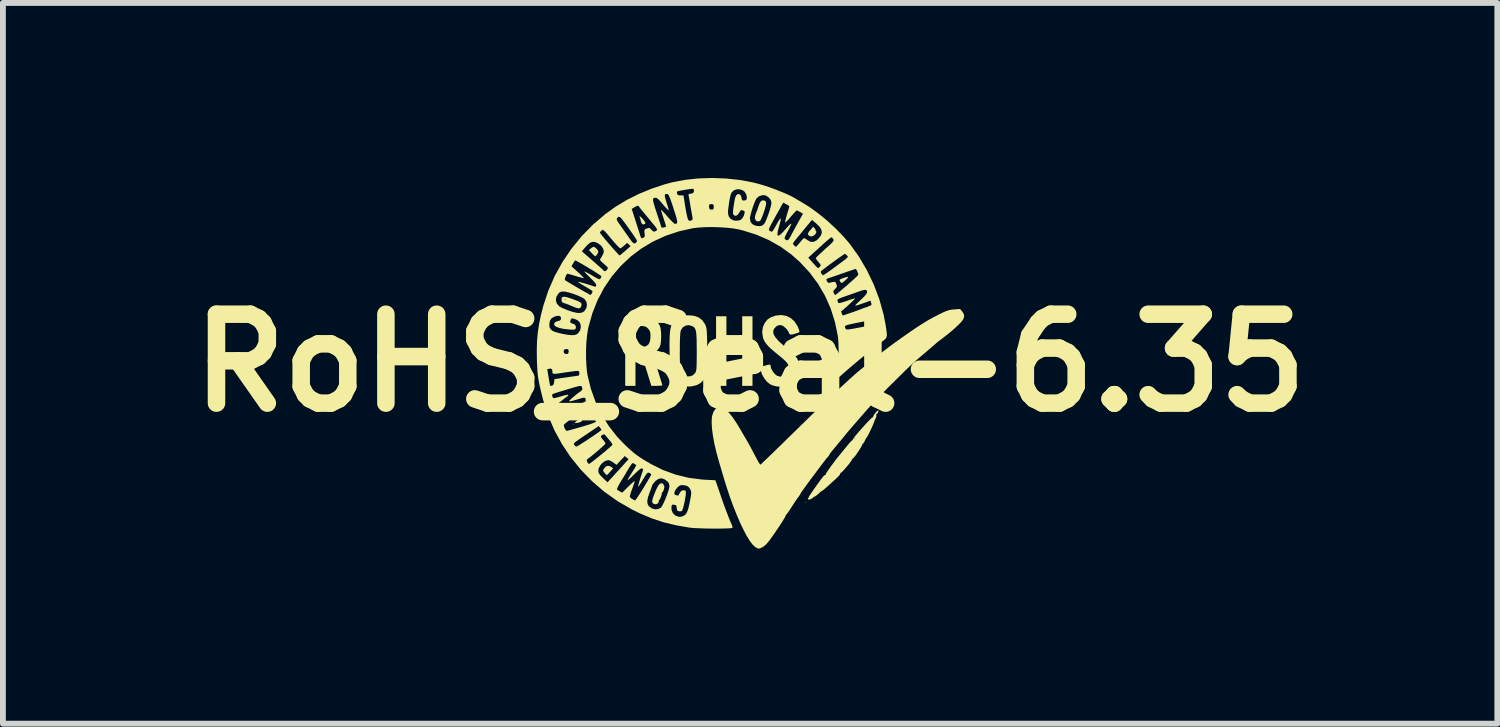
<source format=kicad_pcb>
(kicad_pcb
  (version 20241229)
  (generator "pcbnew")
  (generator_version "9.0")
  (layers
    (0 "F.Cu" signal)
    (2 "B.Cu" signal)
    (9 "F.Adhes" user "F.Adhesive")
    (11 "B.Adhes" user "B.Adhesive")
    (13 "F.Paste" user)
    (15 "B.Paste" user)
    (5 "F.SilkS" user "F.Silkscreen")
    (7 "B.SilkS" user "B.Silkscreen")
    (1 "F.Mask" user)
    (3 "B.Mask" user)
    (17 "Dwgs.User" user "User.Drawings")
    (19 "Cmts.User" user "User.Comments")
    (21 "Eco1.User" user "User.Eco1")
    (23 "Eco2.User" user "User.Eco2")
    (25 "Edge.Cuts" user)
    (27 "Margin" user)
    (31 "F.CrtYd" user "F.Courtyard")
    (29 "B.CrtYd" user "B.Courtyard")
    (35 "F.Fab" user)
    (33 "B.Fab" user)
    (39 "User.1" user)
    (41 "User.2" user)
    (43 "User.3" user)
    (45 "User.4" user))
  (footprint "RoHS_Seal-6.35"
    (layer "F.Cu")
    (at 9.804 3.169)
    (property "Reference" "RoHS_Seal-6.35" (at 0 0 0) (layer "F.SilkS") (effects (font (size 1.524 1.524) (thickness 0.3))))
    (attr board_only exclude_from_pos_files exclude_from_bom)
    (fp_poly (pts (xy -3.021 1.049) (xy -3.028 1.056) (xy -3.034 1.049) (xy -3.028 1.043)) (stroke (width 0) (type solid)) (fill yes) (layer "F.SilkS"))
    (fp_poly (pts (xy 0.962 2.39) (xy 0.955 2.396) (xy 0.948 2.39) (xy 0.955 2.383)) (stroke (width 0) (type solid)) (fill yes) (layer "F.SilkS"))
    (fp_poly (pts (xy -2.883 0.957) (xy -2.872 0.977) (xy -2.872 0.98) (xy -2.884 0.999) (xy -2.914 1.016) (xy -2.953 1.027) (xy -2.977 1.029) (xy -3.001 1.028) (xy -3.002 1.02) (xy -2.985 1.004) (xy -2.944 0.971) (xy -2.908 0.955)) (stroke (width 0) (type solid)) (fill yes) (layer "F.SilkS"))
    (fp_poly (pts (xy -1.885 -2.51) (xy -1.87 -2.498) (xy -1.84 -2.467) (xy -1.812 -2.432) (xy -1.795 -2.405) (xy -1.795 -2.389) (xy -1.803 -2.382) (xy -1.832 -2.371) (xy -1.852 -2.382) (xy -1.868 -2.417) (xy -1.87 -2.424) (xy -1.881 -2.465) (xy -1.891 -2.497) (xy -1.893 -2.502) (xy -1.895 -2.515)) (stroke (width 0) (type solid)) (fill yes) (layer "F.SilkS"))
    (fp_poly (pts (xy 1.679 -1.466) (xy 1.661 -1.443) (xy 1.639 -1.422) (xy 1.605 -1.393) (xy 1.579 -1.374) (xy 1.569 -1.368) (xy 1.555 -1.378) (xy 1.544 -1.396) (xy 1.534 -1.414) (xy 1.534 -1.425) (xy 1.549 -1.435) (xy 1.582 -1.448) (xy 1.595 -1.453) (xy 1.647 -1.471) (xy 1.674 -1.475)) (stroke (width 0) (type solid)) (fill yes) (layer "F.SilkS"))
    (fp_poly (pts (xy -2.378 1.784) (xy -2.347 1.808) (xy -2.398 1.865) (xy -2.427 1.897) (xy -2.448 1.917) (xy -2.456 1.923) (xy -2.469 1.913) (xy -2.489 1.89) (xy -2.492 1.887) (xy -2.511 1.86) (xy -2.52 1.842) (xy -2.52 1.841) (xy -2.512 1.825) (xy -2.494 1.798) (xy -2.492 1.796) (xy -2.456 1.766) (xy -2.417 1.764)) (stroke (width 0) (type solid)) (fill yes) (layer "F.SilkS"))
    (fp_poly (pts (xy 1.11 -2.301) (xy 1.133 -2.262) (xy 1.133 -2.228) (xy 1.11 -2.196) (xy 1.075 -2.172) (xy 1.036 -2.168) (xy 1.005 -2.183) (xy 0.992 -2.203) (xy 0.994 -2.225) (xy 1.013 -2.255) (xy 1.024 -2.268) (xy 1.111 -2.268) (xy 1.118 -2.261) (xy 1.124 -2.268) (xy 1.118 -2.275) (xy 1.111 -2.268) (xy 1.024 -2.268) (xy 1.036 -2.281) (xy 1.082 -2.334)) (stroke (width 0) (type solid)) (fill yes) (layer "F.SilkS"))
    (fp_poly (pts (xy -2.659 -1.98) (xy -2.631 -1.956) (xy -2.609 -1.928) (xy -2.601 -1.908) (xy -2.608 -1.883) (xy -2.625 -1.854) (xy -2.644 -1.833) (xy -2.655 -1.828) (xy -2.667 -1.837) (xy -2.692 -1.86) (xy -2.712 -1.881) (xy -2.732 -1.902) (xy -2.655 -1.902) (xy -2.648 -1.896) (xy -2.642 -1.902) (xy -2.648 -1.909) (xy -2.655 -1.902) (xy -2.732 -1.902) (xy -2.763 -1.935) (xy -2.727 -1.963) (xy -2.7 -1.982) (xy -2.683 -1.99) (xy -2.682 -1.99)) (stroke (width 0) (type solid)) (fill yes) (layer "F.SilkS"))
    (fp_poly (pts (xy -0.406 -0.557) (xy -0.406 -0.469) (xy -0.405 -0.404) (xy -0.403 -0.359) (xy -0.399 -0.331) (xy -0.394 -0.314) (xy -0.387 -0.307) (xy -0.385 -0.306) (xy -0.362 -0.302) (xy -0.32 -0.299) (xy -0.267 -0.298) (xy -0.25 -0.298) (xy -0.135 -0.298) (xy -0.135 -0.799) (xy 0.041 -0.799) (xy 0.041 0.393) (xy -0.135 0.393) (xy -0.135 -0.135) (xy -0.406 -0.135) (xy -0.406 0.393) (xy -0.583 0.393) (xy -0.583 -0.799) (xy -0.406 -0.799)) (stroke (width 0) (type solid)) (fill yes) (layer "F.SilkS"))
    (fp_poly (pts (xy 0.253 -2.78) (xy 0.27 -2.764) (xy 0.275 -2.736) (xy 0.269 -2.692) (xy 0.251 -2.629) (xy 0.237 -2.586) (xy 0.215 -2.525) (xy 0.194 -2.475) (xy 0.177 -2.442) (xy 0.167 -2.431) (xy 0.127 -2.424) (xy 0.098 -2.44) (xy 0.098 -2.44) (xy 0.083 -2.472) (xy 0.086 -2.519) (xy 0.1 -2.564) (xy 0.117 -2.606) (xy 0.134 -2.654) (xy 0.136 -2.661) (xy 0.158 -2.723) (xy 0.178 -2.762) (xy 0.2 -2.782) (xy 0.225 -2.786)) (stroke (width 0) (type solid)) (fill yes) (layer "F.SilkS"))
    (fp_poly (pts (xy -3.143 -1.127) (xy -3.08 -1.107) (xy -3.048 -1.096) (xy -2.979 -1.071) (xy -2.933 -1.051) (xy -2.905 -1.035) (xy -2.891 -1.018) (xy -2.888 -0.998) (xy -2.892 -0.977) (xy -2.907 -0.945) (xy -2.936 -0.934) (xy -2.98 -0.944) (xy -3.006 -0.954) (xy -3.042 -0.969) (xy -3.048 -0.971) (xy -3.099 -0.993) (xy -3.134 -1.007) (xy -3.159 -1.016) (xy -3.185 -1.024) (xy -3.19 -1.026) (xy -3.218 -1.039) (xy -3.229 -1.06) (xy -3.231 -1.084) (xy -3.23 -1.092) (xy -3.179 -1.092) (xy -3.177 -1.084) (xy -3.17 -1.083) (xy -3.159 -1.088) (xy -3.161 -1.092) (xy -3.177 -1.094) (xy -3.179 -1.092) (xy -3.23 -1.092) (xy -3.227 -1.113) (xy -3.213 -1.13) (xy -3.186 -1.134)) (stroke (width 0) (type solid)) (fill yes) (layer "F.SilkS"))
    (fp_poly (pts (xy -1.505 2.064) (xy -1.485 2.076) (xy -1.483 2.085) (xy -1.48 2.099) (xy -1.475 2.101) (xy -1.469 2.116) (xy -1.472 2.145) (xy -1.481 2.178) (xy -1.494 2.207) (xy -1.507 2.22) (xy -1.508 2.22) (xy -1.515 2.226) (xy -1.513 2.229) (xy -1.513 2.245) (xy -1.521 2.276) (xy -1.535 2.312) (xy -1.551 2.343) (xy -1.564 2.359) (xy -1.571 2.368) (xy -1.568 2.369) (xy -1.565 2.379) (xy -1.571 2.396) (xy -1.596 2.418) (xy -1.631 2.423) (xy -1.662 2.409) (xy -1.664 2.407) (xy -1.675 2.391) (xy -1.678 2.369) (xy -1.672 2.336) (xy -1.656 2.288) (xy -1.632 2.225) (xy -1.6 2.151) (xy -1.573 2.102) (xy -1.549 2.073) (xy -1.525 2.062)) (stroke (width 0) (type solid)) (fill yes) (layer "F.SilkS"))
    (fp_poly (pts (xy -1.849 -0.798) (xy -1.777 -0.793) (xy -1.722 -0.785) (xy -1.679 -0.771) (xy -1.643 -0.75) (xy -1.609 -0.721) (xy -1.608 -0.72) (xy -1.571 -0.679) (xy -1.546 -0.635) (xy -1.532 -0.581) (xy -1.525 -0.511) (xy -1.524 -0.454) (xy -1.527 -0.374) (xy -1.535 -0.314) (xy -1.552 -0.269) (xy -1.579 -0.23) (xy -1.62 -0.192) (xy -1.621 -0.191) (xy -1.671 -0.15) (xy -1.587 0.112) (xy -1.562 0.191) (xy -1.54 0.262) (xy -1.522 0.32) (xy -1.509 0.361) (xy -1.504 0.382) (xy -1.504 0.383) (xy -1.516 0.388) (xy -1.549 0.391) (xy -1.595 0.393) (xy -1.598 0.393) (xy -1.692 0.393) (xy -1.748 0.213) (xy -1.779 0.113) (xy -1.804 0.036) (xy -1.824 -0.021) (xy -1.839 -0.06) (xy -1.851 -0.085) (xy -1.861 -0.097) (xy -1.862 -0.098) (xy -1.885 -0.105) (xy -1.92 -0.108) (xy -1.92 -0.108) (xy -1.964 -0.108) (xy -1.964 0.393) (xy -2.14 0.393) (xy -2.14 -0.64) (xy -1.964 -0.64) (xy -1.964 -0.271) (xy -1.889 -0.271) (xy -1.839 -0.274) (xy -1.795 -0.283) (xy -1.777 -0.29) (xy -1.74 -0.319) (xy -1.718 -0.364) (xy -1.708 -0.428) (xy -1.707 -0.461) (xy -1.709 -0.51) (xy -1.717 -0.543) (xy -1.735 -0.572) (xy -1.746 -0.585) (xy -1.77 -0.609) (xy -1.795 -0.623) (xy -1.829 -0.63) (xy -1.874 -0.634) (xy -1.964 -0.64) (xy -2.14 -0.64) (xy -2.14 -0.799) (xy -1.944 -0.799)) (stroke (width 0) (type solid)) (fill yes) (layer "F.SilkS"))
    (fp_poly (pts (xy 0.62 -0.806) (xy 0.698 -0.768) (xy 0.764 -0.707) (xy 0.815 -0.626) (xy 0.832 -0.585) (xy 0.844 -0.549) (xy 0.845 -0.531) (xy 0.836 -0.522) (xy 0.829 -0.519) (xy 0.798 -0.509) (xy 0.772 -0.5) (xy 0.719 -0.486) (xy 0.685 -0.486) (xy 0.669 -0.502) (xy 0.666 -0.512) (xy 0.655 -0.539) (xy 0.63 -0.574) (xy 0.611 -0.596) (xy 0.561 -0.637) (xy 0.512 -0.65) (xy 0.466 -0.637) (xy 0.441 -0.619) (xy 0.407 -0.579) (xy 0.395 -0.535) (xy 0.405 -0.486) (xy 0.439 -0.431) (xy 0.495 -0.368) (xy 0.576 -0.297) (xy 0.598 -0.279) (xy 0.674 -0.217) (xy 0.731 -0.166) (xy 0.772 -0.122) (xy 0.802 -0.081) (xy 0.823 -0.039) (xy 0.833 -0.014) (xy 0.848 0.052) (xy 0.853 0.124) (xy 0.846 0.192) (xy 0.832 0.238) (xy 0.797 0.29) (xy 0.746 0.339) (xy 0.69 0.377) (xy 0.655 0.392) (xy 0.615 0.399) (xy 0.564 0.403) (xy 0.51 0.405) (xy 0.464 0.404) (xy 0.44 0.4) (xy 0.418 0.393) (xy 0.389 0.387) (xy 0.338 0.363) (xy 0.286 0.319) (xy 0.24 0.261) (xy 0.204 0.195) (xy 0.182 0.126) (xy 0.181 0.12) (xy 0.173 0.07) (xy 0.248 0.049) (xy 0.3 0.034) (xy 0.331 0.029) (xy 0.346 0.032) (xy 0.352 0.045) (xy 0.352 0.056) (xy 0.362 0.098) (xy 0.388 0.146) (xy 0.423 0.189) (xy 0.461 0.219) (xy 0.465 0.222) (xy 0.523 0.237) (xy 0.575 0.23) (xy 0.618 0.204) (xy 0.65 0.164) (xy 0.665 0.115) (xy 0.663 0.061) (xy 0.638 0.005) (xy 0.633 -0.002) (xy 0.611 -0.026) (xy 0.574 -0.061) (xy 0.526 -0.102) (xy 0.482 -0.138) (xy 0.398 -0.207) (xy 0.334 -0.264) (xy 0.287 -0.314) (xy 0.254 -0.359) (xy 0.232 -0.402) (xy 0.221 -0.432) (xy 0.207 -0.525) (xy 0.219 -0.613) (xy 0.251 -0.685) (xy 0.296 -0.742) (xy 0.357 -0.783) (xy 0.438 -0.811) (xy 0.533 -0.821)) (stroke (width 0) (type solid)) (fill yes) (layer "F.SilkS"))
    (fp_poly (pts (xy -0.962 -0.808) (xy -0.884 -0.781) (xy -0.822 -0.734) (xy -0.774 -0.666) (xy -0.763 -0.643) (xy -0.755 -0.622) (xy -0.749 -0.596) (xy -0.744 -0.562) (xy -0.741 -0.515) (xy -0.738 -0.453) (xy -0.736 -0.37) (xy -0.734 -0.265) (xy -0.734 -0.256) (xy -0.733 -0.127) (xy -0.734 -0.022) (xy -0.737 0.063) (xy -0.742 0.13) (xy -0.751 0.184) (xy -0.763 0.227) (xy -0.779 0.263) (xy -0.793 0.288) (xy -0.845 0.343) (xy -0.916 0.381) (xy -1.001 0.402) (xy -1.057 0.405) (xy -1.11 0.402) (xy -1.16 0.395) (xy -1.187 0.388) (xy -1.263 0.346) (xy -1.322 0.283) (xy -1.344 0.245) (xy -1.354 0.225) (xy -1.361 0.204) (xy -1.367 0.179) (xy -1.371 0.146) (xy -1.374 0.101) (xy -1.376 0.042) (xy -1.378 -0.037) (xy -1.379 -0.138) (xy -1.379 -0.146) (xy -1.205 -0.146) (xy -1.204 -0.064) (xy -1.202 0.009) (xy -1.199 0.067) (xy -1.195 0.105) (xy -1.195 0.108) (xy -1.172 0.171) (xy -1.135 0.212) (xy -1.095 0.229) (xy -1.032 0.231) (xy -0.979 0.211) (xy -0.94 0.171) (xy -0.932 0.155) (xy -0.926 0.137) (xy -0.921 0.111) (xy -0.918 0.075) (xy -0.916 0.025) (xy -0.915 -0.042) (xy -0.914 -0.131) (xy -0.914 -0.196) (xy -0.915 -0.311) (xy -0.916 -0.403) (xy -0.92 -0.473) (xy -0.925 -0.526) (xy -0.934 -0.565) (xy -0.946 -0.592) (xy -0.961 -0.611) (xy -0.982 -0.626) (xy -0.99 -0.63) (xy -1.048 -0.647) (xy -1.104 -0.64) (xy -1.151 -0.612) (xy -1.184 -0.565) (xy -1.191 -0.546) (xy -1.195 -0.516) (xy -1.199 -0.465) (xy -1.202 -0.397) (xy -1.204 -0.318) (xy -1.204 -0.232) (xy -1.205 -0.146) (xy -1.379 -0.146) (xy -1.379 -0.159) (xy -1.381 -0.285) (xy -1.38 -0.388) (xy -1.377 -0.471) (xy -1.372 -0.536) (xy -1.364 -0.588) (xy -1.353 -0.63) (xy -1.337 -0.664) (xy -1.318 -0.696) (xy -1.31 -0.707) (xy -1.26 -0.759) (xy -1.205 -0.793) (xy -1.137 -0.811) (xy -1.059 -0.816)) (stroke (width 0) (type solid)) (fill yes) (layer "F.SilkS"))
    (fp_poly (pts (xy 2.2 0.823) (xy 2.195 0.843) (xy 2.182 0.865) (xy 2.17 0.87) (xy 2.162 0.879) (xy 2.164 0.894) (xy 2.163 0.924) (xy 2.157 0.938) (xy 2.145 0.961) (xy 2.13 0.997) (xy 2.127 1.009) (xy 2.114 1.042) (xy 2.094 1.089) (xy 2.07 1.141) (xy 2.044 1.194) (xy 2.021 1.24) (xy 2.002 1.273) (xy 1.992 1.286) (xy 1.981 1.302) (xy 1.967 1.333) (xy 1.965 1.337) (xy 1.95 1.366) (xy 1.937 1.381) (xy 1.936 1.381) (xy 1.924 1.392) (xy 1.924 1.398) (xy 1.916 1.417) (xy 1.897 1.451) (xy 1.871 1.493) (xy 1.84 1.539) (xy 1.81 1.582) (xy 1.784 1.616) (xy 1.765 1.636) (xy 1.761 1.638) (xy 1.748 1.649) (xy 1.747 1.655) (xy 1.739 1.672) (xy 1.717 1.703) (xy 1.686 1.743) (xy 1.651 1.785) (xy 1.615 1.826) (xy 1.584 1.859) (xy 1.563 1.879) (xy 1.556 1.882) (xy 1.545 1.893) (xy 1.544 1.9) (xy 1.535 1.919) (xy 1.51 1.948) (xy 1.479 1.978) (xy 1.4 2.05) (xy 1.339 2.105) (xy 1.294 2.145) (xy 1.262 2.172) (xy 1.243 2.187) (xy 1.233 2.193) (xy 1.232 2.193) (xy 1.218 2.202) (xy 1.191 2.224) (xy 1.173 2.241) (xy 1.142 2.268) (xy 1.118 2.285) (xy 1.11 2.288) (xy 1.092 2.297) (xy 1.07 2.315) (xy 1.043 2.334) (xy 1.015 2.342) (xy 0.994 2.339) (xy 0.989 2.328) (xy 0.996 2.312) (xy 0.999 2.308) (xy 1.002 2.308) (xy 1.009 2.315) (xy 1.016 2.308) (xy 1.009 2.302) (xy 1.002 2.308) (xy 0.999 2.308) (xy 1.016 2.279) (xy 1.046 2.234) (xy 1.083 2.18) (xy 1.085 2.177) (xy 1.143 2.095) (xy 1.188 2.032) (xy 1.222 1.986) (xy 1.246 1.955) (xy 1.263 1.936) (xy 1.275 1.926) (xy 1.284 1.923) (xy 1.296 1.916) (xy 1.295 1.911) (xy 1.3 1.897) (xy 1.319 1.867) (xy 1.349 1.824) (xy 1.385 1.772) (xy 1.426 1.717) (xy 1.467 1.662) (xy 1.506 1.612) (xy 1.54 1.572) (xy 1.541 1.57) (xy 1.556 1.552) (xy 1.584 1.517) (xy 1.62 1.473) (xy 1.648 1.439) (xy 1.686 1.393) (xy 1.718 1.356) (xy 1.741 1.333) (xy 1.749 1.327) (xy 1.761 1.316) (xy 1.761 1.312) (xy 1.77 1.296) (xy 1.772 1.293) (xy 1.788 1.293) (xy 1.795 1.3) (xy 1.802 1.293) (xy 1.795 1.286) (xy 1.788 1.293) (xy 1.772 1.293) (xy 1.793 1.265) (xy 1.827 1.222) (xy 1.87 1.172) (xy 1.917 1.119) (xy 1.965 1.065) (xy 2.011 1.016) (xy 2.051 0.974) (xy 2.082 0.945) (xy 2.1 0.93) (xy 2.103 0.93) (xy 2.111 0.93) (xy 2.109 0.925) (xy 2.113 0.908) (xy 2.129 0.881) (xy 2.152 0.85) (xy 2.176 0.825) (xy 2.194 0.813) (xy 2.195 0.812)) (stroke (width 0) (type solid)) (fill yes) (layer "F.SilkS"))
    (fp_poly (pts (xy 3.635 -0.881) (xy 3.663 -0.837) (xy 3.669 -0.795) (xy 3.652 -0.748) (xy 3.652 -0.747) (xy 3.627 -0.712) (xy 3.583 -0.665) (xy 3.524 -0.609) (xy 3.454 -0.547) (xy 3.376 -0.483) (xy 3.294 -0.419) (xy 3.285 -0.413) (xy 3.239 -0.378) (xy 3.195 -0.343) (xy 3.146 -0.3) (xy 3.117 -0.275) (xy 3.085 -0.247) (xy 3.039 -0.208) (xy 2.989 -0.165) (xy 2.967 -0.147) (xy 2.913 -0.101) (xy 2.865 -0.06) (xy 2.819 -0.019) (xy 2.773 0.023) (xy 2.723 0.07) (xy 2.666 0.125) (xy 2.599 0.191) (xy 2.519 0.27) (xy 2.432 0.356) (xy 2.349 0.438) (xy 2.266 0.523) (xy 2.185 0.607) (xy 2.112 0.684) (xy 2.05 0.751) (xy 2.002 0.804) (xy 1.998 0.808) (xy 1.948 0.866) (xy 1.902 0.919) (xy 1.864 0.962) (xy 1.838 0.992) (xy 1.832 0.999) (xy 1.807 1.028) (xy 1.772 1.068) (xy 1.744 1.101) (xy 1.712 1.138) (xy 1.686 1.169) (xy 1.673 1.184) (xy 1.658 1.201) (xy 1.632 1.233) (xy 1.606 1.266) (xy 1.575 1.304) (xy 1.55 1.334) (xy 1.538 1.349) (xy 1.522 1.367) (xy 1.496 1.399) (xy 1.477 1.422) (xy 1.441 1.465) (xy 1.406 1.507) (xy 1.392 1.524) (xy 1.369 1.554) (xy 1.356 1.577) (xy 1.355 1.581) (xy 1.345 1.599) (xy 1.343 1.6) (xy 1.33 1.613) (xy 1.302 1.646) (xy 1.26 1.7) (xy 1.205 1.773) (xy 1.137 1.863) (xy 1.074 1.948) (xy 1.049 1.981) (xy 1.02 2.02) (xy 1.016 2.026) (xy 0.985 2.068) (xy 0.953 2.113) (xy 0.948 2.119) (xy 0.924 2.153) (xy 0.904 2.18) (xy 0.899 2.185) (xy 0.883 2.208) (xy 0.863 2.242) (xy 0.862 2.244) (xy 0.842 2.278) (xy 0.824 2.303) (xy 0.823 2.304) (xy 0.809 2.322) (xy 0.784 2.358) (xy 0.752 2.406) (xy 0.719 2.457) (xy 0.685 2.511) (xy 0.655 2.555) (xy 0.632 2.585) (xy 0.621 2.597) (xy 0.61 2.613) (xy 0.609 2.618) (xy 0.602 2.636) (xy 0.581 2.673) (xy 0.55 2.723) (xy 0.511 2.783) (xy 0.467 2.849) (xy 0.421 2.917) (xy 0.375 2.982) (xy 0.332 3.041) (xy 0.308 3.072) (xy 0.264 3.12) (xy 0.215 3.157) (xy 0.168 3.178) (xy 0.147 3.182) (xy 0.124 3.175) (xy 0.092 3.158) (xy 0.09 3.156) (xy 0.046 3.117) (xy -0.003 3.053) (xy -0.056 2.967) (xy -0.112 2.863) (xy -0.17 2.741) (xy -0.229 2.604) (xy -0.289 2.455) (xy -0.347 2.296) (xy -0.402 2.129) (xy -0.441 2.004) (xy -0.465 1.923) (xy -0.49 1.839) (xy -0.513 1.762) (xy -0.531 1.7) (xy -0.534 1.69) (xy -0.578 1.531) (xy -0.613 1.38) (xy -0.638 1.24) (xy -0.654 1.115) (xy -0.659 1.007) (xy -0.653 0.92) (xy -0.651 0.911) (xy -0.629 0.841) (xy -0.595 0.792) (xy -0.549 0.765) (xy -0.496 0.762) (xy -0.448 0.778) (xy -0.405 0.809) (xy -0.355 0.862) (xy -0.299 0.932) (xy -0.241 1.017) (xy -0.183 1.112) (xy -0.162 1.148) (xy -0.145 1.178) (xy -0.119 1.222) (xy -0.093 1.266) (xy -0.067 1.309) (xy -0.039 1.359) (xy -0.005 1.42) (xy 0.036 1.496) (xy 0.085 1.59) (xy 0.12 1.655) (xy 0.144 1.699) (xy 0.164 1.73) (xy 0.177 1.743) (xy 0.178 1.743) (xy 0.189 1.734) (xy 0.218 1.706) (xy 0.262 1.664) (xy 0.321 1.608) (xy 0.39 1.541) (xy 0.47 1.463) (xy 0.558 1.378) (xy 0.651 1.286) (xy 0.666 1.272) (xy 0.814 1.127) (xy 0.944 1) (xy 1.059 0.888) (xy 1.16 0.79) (xy 1.249 0.704) (xy 1.328 0.629) (xy 1.399 0.562) (xy 1.463 0.501) (xy 1.523 0.446) (xy 1.545 0.426) (xy 1.629 0.348) (xy 1.696 0.287) (xy 1.749 0.239) (xy 1.791 0.201) (xy 1.825 0.171) (xy 1.854 0.146) (xy 1.881 0.124) (xy 1.91 0.101) (xy 1.91 0.101) (xy 1.964 0.057) (xy 2.026 0.007) (xy 2.082 -0.04) (xy 2.085 -0.042) (xy 2.141 -0.088) (xy 2.206 -0.14) (xy 2.285 -0.201) (xy 2.38 -0.273) (xy 2.431 -0.311) (xy 2.475 -0.344) (xy 2.535 -0.386) (xy 2.603 -0.435) (xy 2.674 -0.485) (xy 2.743 -0.533) (xy 2.804 -0.574) (xy 2.849 -0.605) (xy 2.858 -0.611) (xy 2.941 -0.664) (xy 3.008 -0.706) (xy 3.067 -0.741) (xy 3.123 -0.772) (xy 3.184 -0.804) (xy 3.236 -0.831) (xy 3.305 -0.864) (xy 3.357 -0.887) (xy 3.4 -0.902) (xy 3.441 -0.911) (xy 3.488 -0.916) (xy 3.494 -0.916) (xy 3.598 -0.924)) (stroke (width 0) (type solid)) (fill yes) (layer "F.SilkS"))
    (fp_poly (pts (xy -0.413 -3.16) (xy -0.177 -3.135) (xy 0.048 -3.093) (xy 0.135 -3.071) (xy 0.226 -3.045) (xy 0.325 -3.012) (xy 0.427 -2.975) (xy 0.526 -2.936) (xy 0.618 -2.898) (xy 0.696 -2.862) (xy 0.756 -2.83) (xy 0.768 -2.822) (xy 0.798 -2.804) (xy 0.839 -2.78) (xy 0.863 -2.767) (xy 1.013 -2.675) (xy 1.168 -2.563) (xy 1.323 -2.436) (xy 1.471 -2.299) (xy 1.608 -2.157) (xy 1.71 -2.038) (xy 1.864 -1.823) (xy 2.001 -1.59) (xy 2.119 -1.344) (xy 2.215 -1.09) (xy 2.287 -0.831) (xy 2.323 -0.65) (xy 2.335 -0.569) (xy 2.342 -0.51) (xy 2.343 -0.467) (xy 2.336 -0.437) (xy 2.322 -0.414) (xy 2.299 -0.393) (xy 2.279 -0.378) (xy 2.22 -0.334) (xy 2.144 -0.275) (xy 2.057 -0.206) (xy 1.962 -0.128) (xy 1.863 -0.047) (xy 1.766 0.035) (xy 1.673 0.114) (xy 1.59 0.187) (xy 1.545 0.227) (xy 1.516 0.252) (xy 1.495 0.268) (xy 1.489 0.271) (xy 1.488 0.258) (xy 1.49 0.225) (xy 1.496 0.178) (xy 1.5 0.152) (xy 1.509 0.072) (xy 1.515 -0.027) (xy 1.518 -0.134) (xy 1.517 -0.243) (xy 1.514 -0.345) (xy 1.507 -0.431) (xy 1.504 -0.457) (xy 1.471 -0.619) (xy 1.624 -0.619) (xy 1.63 -0.599) (xy 1.638 -0.583) (xy 1.647 -0.576) (xy 1.663 -0.573) (xy 1.691 -0.574) (xy 1.735 -0.581) (xy 1.799 -0.592) (xy 1.839 -0.6) (xy 1.925 -0.616) (xy 1.989 -0.628) (xy 2.033 -0.634) (xy 2.062 -0.634) (xy 2.079 -0.629) (xy 2.089 -0.618) (xy 2.094 -0.602) (xy 2.095 -0.595) (xy 2.105 -0.566) (xy 2.123 -0.557) (xy 2.139 -0.558) (xy 2.162 -0.564) (xy 2.171 -0.58) (xy 2.171 -0.609) (xy 2.166 -0.647) (xy 2.157 -0.699) (xy 2.146 -0.753) (xy 2.135 -0.803) (xy 2.126 -0.831) (xy 2.115 -0.843) (xy 2.101 -0.843) (xy 2.089 -0.84) (xy 2.065 -0.83) (xy 2.056 -0.812) (xy 2.057 -0.782) (xy 2.059 -0.766) (xy 2.059 -0.753) (xy 2.055 -0.743) (xy 2.043 -0.735) (xy 2.02 -0.726) (xy 1.983 -0.717) (xy 1.928 -0.706) (xy 1.852 -0.691) (xy 1.778 -0.676) (xy 1.707 -0.661) (xy 1.66 -0.648) (xy 1.633 -0.635) (xy 1.624 -0.619) (xy 1.471 -0.619) (xy 1.454 -0.7) (xy 1.381 -0.933) (xy 1.316 -1.079) (xy 1.497 -1.079) (xy 1.498 -1.066) (xy 1.498 -1.064) (xy 1.509 -1.036) (xy 1.516 -1.025) (xy 1.532 -1.025) (xy 1.568 -1.034) (xy 1.617 -1.049) (xy 1.659 -1.063) (xy 1.714 -1.082) (xy 1.76 -1.097) (xy 1.789 -1.105) (xy 1.798 -1.105) (xy 1.791 -1.094) (xy 1.768 -1.07) (xy 1.734 -1.037) (xy 1.694 -0.999) (xy 1.652 -0.961) (xy 1.612 -0.926) (xy 1.58 -0.899) (xy 1.561 -0.886) (xy 1.562 -0.874) (xy 1.57 -0.849) (xy 1.581 -0.825) (xy 1.588 -0.812) (xy 1.589 -0.812) (xy 1.603 -0.817) (xy 1.637 -0.828) (xy 1.686 -0.845) (xy 1.742 -0.864) (xy 1.802 -0.885) (xy 1.853 -0.904) (xy 1.889 -0.917) (xy 1.904 -0.923) (xy 1.923 -0.931) (xy 1.959 -0.944) (xy 1.991 -0.954) (xy 2.041 -0.971) (xy 2.07 -0.985) (xy 2.081 -1) (xy 2.078 -1.02) (xy 2.074 -1.032) (xy 2.061 -1.067) (xy 1.969 -1.033) (xy 1.898 -1.008) (xy 1.85 -0.992) (xy 1.82 -0.984) (xy 1.805 -0.982) (xy 1.802 -0.985) (xy 1.811 -0.997) (xy 1.836 -1.023) (xy 1.873 -1.058) (xy 1.903 -1.087) (xy 1.956 -1.137) (xy 1.988 -1.175) (xy 2.003 -1.202) (xy 2.005 -1.213) (xy 2.001 -1.239) (xy 1.985 -1.251) (xy 1.955 -1.251) (xy 1.906 -1.238) (xy 1.868 -1.225) (xy 1.81 -1.204) (xy 1.738 -1.179) (xy 1.664 -1.153) (xy 1.629 -1.141) (xy 1.567 -1.119) (xy 1.528 -1.103) (xy 1.506 -1.09) (xy 1.497 -1.079) (xy 1.316 -1.079) (xy 1.283 -1.152) (xy 1.162 -1.359) (xy 1.107 -1.432) (xy 1.308 -1.432) (xy 1.313 -1.409) (xy 1.317 -1.401) (xy 1.335 -1.375) (xy 1.359 -1.372) (xy 1.361 -1.373) (xy 1.41 -1.385) (xy 1.44 -1.39) (xy 1.457 -1.387) (xy 1.467 -1.376) (xy 1.474 -1.361) (xy 1.487 -1.325) (xy 1.485 -1.3) (xy 1.464 -1.274) (xy 1.454 -1.265) (xy 1.431 -1.24) (xy 1.426 -1.219) (xy 1.434 -1.198) (xy 1.448 -1.173) (xy 1.459 -1.164) (xy 1.473 -1.173) (xy 1.503 -1.196) (xy 1.546 -1.232) (xy 1.6 -1.278) (xy 1.66 -1.329) (xy 1.72 -1.382) (xy 1.773 -1.429) (xy 1.815 -1.469) (xy 1.843 -1.497) (xy 1.853 -1.51) (xy 1.851 -1.53) (xy 1.84 -1.56) (xy 1.826 -1.59) (xy 1.814 -1.609) (xy 1.81 -1.611) (xy 1.797 -1.607) (xy 1.763 -1.596) (xy 1.713 -1.579) (xy 1.652 -1.558) (xy 1.585 -1.535) (xy 1.516 -1.511) (xy 1.45 -1.488) (xy 1.392 -1.468) (xy 1.347 -1.453) (xy 1.319 -1.443) (xy 1.317 -1.442) (xy 1.308 -1.432) (xy 1.107 -1.432) (xy 1.017 -1.553) (xy 1.01 -1.56) (xy 1.21 -1.56) (xy 1.217 -1.538) (xy 1.221 -1.532) (xy 1.24 -1.51) (xy 1.253 -1.503) (xy 1.268 -1.511) (xy 1.301 -1.532) (xy 1.347 -1.565) (xy 1.404 -1.605) (xy 1.449 -1.639) (xy 1.527 -1.696) (xy 1.585 -1.739) (xy 1.627 -1.771) (xy 1.654 -1.793) (xy 1.669 -1.809) (xy 1.674 -1.819) (xy 1.672 -1.828) (xy 1.665 -1.836) (xy 1.659 -1.842) (xy 1.637 -1.862) (xy 1.623 -1.868) (xy 1.61 -1.861) (xy 1.579 -1.84) (xy 1.535 -1.809) (xy 1.482 -1.772) (xy 1.425 -1.73) (xy 1.367 -1.688) (xy 1.313 -1.648) (xy 1.268 -1.614) (xy 1.234 -1.588) (xy 1.221 -1.577) (xy 1.21 -1.56) (xy 1.01 -1.56) (xy 0.85 -1.732) (xy 0.768 -1.804) (xy 0.997 -1.804) (xy 1.076 -1.714) (xy 1.112 -1.674) (xy 1.142 -1.643) (xy 1.161 -1.627) (xy 1.165 -1.625) (xy 1.18 -1.634) (xy 1.197 -1.649) (xy 1.208 -1.665) (xy 1.208 -1.681) (xy 1.194 -1.703) (xy 1.172 -1.729) (xy 1.145 -1.762) (xy 1.129 -1.787) (xy 1.126 -1.796) (xy 1.136 -1.809) (xy 1.162 -1.836) (xy 1.203 -1.874) (xy 1.253 -1.92) (xy 1.285 -1.95) (xy 1.345 -2.003) (xy 1.387 -2.042) (xy 1.414 -2.07) (xy 1.428 -2.089) (xy 1.433 -2.103) (xy 1.429 -2.115) (xy 1.425 -2.122) (xy 1.406 -2.145) (xy 1.393 -2.153) (xy 1.378 -2.144) (xy 1.348 -2.12) (xy 1.307 -2.085) (xy 1.257 -2.041) (xy 1.243 -2.028) (xy 1.187 -1.976) (xy 1.133 -1.927) (xy 1.086 -1.885) (xy 1.054 -1.855) (xy 1.051 -1.853) (xy 0.997 -1.804) (xy 0.768 -1.804) (xy 0.711 -1.855) (xy 0.525 -1.99) (xy 0.426 -2.046) (xy 0.736 -2.046) (xy 0.737 -2.035) (xy 0.744 -2.026) (xy 0.752 -2.017) (xy 0.773 -1.997) (xy 0.786 -1.99) (xy 0.798 -2) (xy 0.822 -2.026) (xy 0.853 -2.062) (xy 0.855 -2.065) (xy 0.886 -2.102) (xy 0.911 -2.128) (xy 0.925 -2.139) (xy 0.925 -2.139) (xy 0.942 -2.132) (xy 0.971 -2.113) (xy 0.981 -2.105) (xy 1.034 -2.076) (xy 1.085 -2.073) (xy 1.135 -2.097) (xy 1.165 -2.123) (xy 1.209 -2.177) (xy 1.229 -2.227) (xy 1.223 -2.278) (xy 1.193 -2.33) (xy 1.136 -2.387) (xy 1.12 -2.401) (xy 1.06 -2.45) (xy 1.001 -2.379) (xy 0.968 -2.34) (xy 0.941 -2.307) (xy 0.926 -2.288) (xy 0.91 -2.269) (xy 0.882 -2.235) (xy 0.848 -2.192) (xy 0.837 -2.18) (xy 0.792 -2.125) (xy 0.761 -2.087) (xy 0.743 -2.062) (xy 0.736 -2.046) (xy 0.426 -2.046) (xy 0.322 -2.105) (xy 0.103 -2.199) (xy -0.13 -2.272) (xy -0.196 -2.287) (xy 0.323 -2.287) (xy 0.325 -2.274) (xy 0.332 -2.266) (xy 0.334 -2.265) (xy 0.36 -2.251) (xy 0.373 -2.248) (xy 0.385 -2.259) (xy 0.406 -2.289) (xy 0.432 -2.332) (xy 0.445 -2.356) (xy 0.481 -2.421) (xy 0.507 -2.462) (xy 0.521 -2.477) (xy 0.526 -2.468) (xy 0.521 -2.433) (xy 0.506 -2.374) (xy 0.494 -2.333) (xy 0.475 -2.259) (xy 0.468 -2.209) (xy 0.473 -2.183) (xy 0.491 -2.181) (xy 0.523 -2.202) (xy 0.568 -2.247) (xy 0.597 -2.28) (xy 0.648 -2.337) (xy 0.683 -2.373) (xy 0.702 -2.387) (xy 0.706 -2.38) (xy 0.695 -2.352) (xy 0.67 -2.301) (xy 0.654 -2.271) (xy 0.622 -2.212) (xy 0.602 -2.172) (xy 0.593 -2.147) (xy 0.592 -2.131) (xy 0.598 -2.121) (xy 0.604 -2.116) (xy 0.628 -2.102) (xy 0.647 -2.104) (xy 0.667 -2.123) (xy 0.691 -2.164) (xy 0.697 -2.176) (xy 0.734 -2.245) (xy 0.779 -2.328) (xy 0.827 -2.415) (xy 0.874 -2.498) (xy 0.875 -2.5) (xy 0.907 -2.556) (xy 0.859 -2.585) (xy 0.826 -2.603) (xy 0.803 -2.612) (xy 0.8 -2.613) (xy 0.787 -2.603) (xy 0.761 -2.577) (xy 0.726 -2.538) (xy 0.696 -2.503) (xy 0.658 -2.459) (xy 0.627 -2.427) (xy 0.606 -2.409) (xy 0.599 -2.407) (xy 0.601 -2.426) (xy 0.61 -2.464) (xy 0.624 -2.515) (xy 0.635 -2.554) (xy 0.652 -2.609) (xy 0.665 -2.653) (xy 0.672 -2.681) (xy 0.673 -2.688) (xy 0.661 -2.695) (xy 0.633 -2.711) (xy 0.62 -2.718) (xy 0.569 -2.747) (xy 0.536 -2.69) (xy 0.518 -2.658) (xy 0.49 -2.607) (xy 0.455 -2.546) (xy 0.418 -2.478) (xy 0.407 -2.458) (xy 0.369 -2.39) (xy 0.344 -2.341) (xy 0.329 -2.308) (xy 0.323 -2.287) (xy -0.196 -2.287) (xy -0.206 -2.29) (xy -0.298 -2.306) (xy -0.408 -2.317) (xy -0.531 -2.325) (xy -0.657 -2.328) (xy -0.779 -2.326) (xy -0.89 -2.319) (xy -0.977 -2.309) (xy -1.219 -2.255) (xy -1.448 -2.178) (xy -1.665 -2.079) (xy -1.866 -1.958) (xy -2.052 -1.817) (xy -2.221 -1.657) (xy -2.372 -1.479) (xy -2.503 -1.285) (xy -2.614 -1.075) (xy -2.703 -0.851) (xy -2.77 -0.614) (xy -2.78 -0.565) (xy -2.795 -0.465) (xy -2.806 -0.346) (xy -2.811 -0.218) (xy -2.811 -0.088) (xy -2.806 0.036) (xy -2.796 0.147) (xy -2.786 0.21) (xy -2.728 0.446) (xy -2.647 0.672) (xy -2.544 0.885) (xy -2.421 1.083) (xy -2.278 1.265) (xy -2.209 1.339) (xy -2.122 1.426) (xy -2.046 1.496) (xy -1.974 1.556) (xy -1.9 1.61) (xy -1.818 1.663) (xy -1.72 1.72) (xy -1.704 1.73) (xy -1.491 1.836) (xy -1.274 1.915) (xy -1.052 1.969) (xy -0.821 1.999) (xy -0.768 2.002) (xy -0.594 2.011) (xy -0.522 2.22) (xy -0.484 2.332) (xy -0.445 2.441) (xy -0.407 2.543) (xy -0.372 2.634) (xy -0.342 2.709) (xy -0.318 2.763) (xy -0.317 2.766) (xy -0.304 2.799) (xy -0.302 2.823) (xy -0.303 2.826) (xy -0.322 2.831) (xy -0.362 2.835) (xy -0.422 2.837) (xy -0.495 2.839) (xy -0.578 2.839) (xy -0.666 2.839) (xy -0.755 2.838) (xy -0.841 2.835) (xy -0.919 2.832) (xy -0.985 2.828) (xy -1.034 2.823) (xy -1.036 2.823) (xy -1.267 2.783) (xy -1.48 2.732) (xy -1.683 2.665) (xy -1.883 2.581) (xy -2.018 2.515) (xy -2.263 2.374) (xy -2.274 2.367) (xy -1.762 2.367) (xy -1.757 2.416) (xy -1.736 2.455) (xy -1.733 2.459) (xy -1.685 2.493) (xy -1.63 2.509) (xy -1.576 2.505) (xy -1.529 2.481) (xy -1.527 2.479) (xy -1.515 2.462) (xy -1.347 2.462) (xy -1.347 2.516) (xy -1.327 2.568) (xy -1.291 2.608) (xy -1.271 2.62) (xy -1.221 2.637) (xy -1.18 2.636) (xy -1.136 2.619) (xy -1.112 2.603) (xy -1.092 2.579) (xy -1.075 2.543) (xy -1.058 2.492) (xy -1.041 2.42) (xy -1.03 2.367) (xy -1.018 2.302) (xy -1.011 2.256) (xy -1.009 2.225) (xy -1.012 2.2) (xy -1.02 2.177) (xy -1.021 2.175) (xy -1.046 2.133) (xy -1.081 2.108) (xy -1.135 2.095) (xy -1.145 2.094) (xy -1.182 2.094) (xy -1.212 2.106) (xy -1.242 2.131) (xy -1.272 2.166) (xy -1.292 2.204) (xy -1.295 2.215) (xy -1.298 2.245) (xy -1.286 2.26) (xy -1.266 2.267) (xy -1.239 2.272) (xy -1.228 2.272) (xy -1.202 2.222) (xy -1.178 2.194) (xy -1.15 2.183) (xy -1.148 2.182) (xy -1.114 2.186) (xy -1.102 2.201) (xy -1.1 2.226) (xy -1.104 2.271) (xy -1.113 2.329) (xy -1.125 2.392) (xy -1.14 2.454) (xy -1.147 2.482) (xy -1.16 2.52) (xy -1.172 2.539) (xy -1.191 2.544) (xy -1.21 2.543) (xy -1.239 2.537) (xy -1.252 2.522) (xy -1.257 2.489) (xy -1.257 2.488) (xy -1.262 2.455) (xy -1.269 2.438) (xy -1.271 2.437) (xy -1.29 2.434) (xy -1.309 2.429) (xy -1.331 2.428) (xy -1.343 2.446) (xy -1.347 2.462) (xy -1.515 2.462) (xy -1.509 2.453) (xy -1.485 2.407) (xy -1.459 2.35) (xy -1.433 2.286) (xy -1.41 2.223) (xy -1.392 2.167) (xy -1.383 2.125) (xy -1.382 2.113) (xy -1.391 2.064) (xy -1.412 2.035) (xy -1.469 1.993) (xy -1.521 1.977) (xy -1.569 1.987) (xy -1.619 2.022) (xy -1.628 2.031) (xy -1.656 2.064) (xy -1.675 2.091) (xy -1.68 2.103) (xy -1.685 2.122) (xy -1.698 2.159) (xy -1.716 2.207) (xy -1.721 2.22) (xy -1.75 2.302) (xy -1.762 2.367) (xy -2.274 2.367) (xy -2.491 2.213) (xy -2.546 2.167) (xy -2.282 2.167) (xy -2.282 2.167) (xy -2.265 2.182) (xy -2.236 2.2) (xy -2.233 2.202) (xy -2.191 2.223) (xy -2.084 2.117) (xy -2.042 2.076) (xy -2.008 2.046) (xy -1.985 2.029) (xy -1.978 2.028) (xy -1.982 2.047) (xy -1.995 2.085) (xy -2.012 2.135) (xy -2.023 2.165) (xy -2.042 2.218) (xy -2.055 2.262) (xy -2.061 2.291) (xy -2.061 2.298) (xy -2.041 2.317) (xy -2.012 2.337) (xy -1.984 2.352) (xy -1.971 2.356) (xy -1.96 2.345) (xy -1.938 2.314) (xy -1.906 2.267) (xy -1.868 2.208) (xy -1.826 2.14) (xy -1.825 2.14) (xy -1.784 2.071) (xy -1.748 2.01) (xy -1.719 1.961) (xy -1.7 1.927) (xy -1.693 1.912) (xy -1.704 1.898) (xy -1.726 1.885) (xy -1.741 1.88) (xy -1.754 1.882) (xy -1.769 1.895) (xy -1.789 1.922) (xy -1.817 1.968) (xy -1.836 1.999) (xy -1.867 2.05) (xy -1.893 2.09) (xy -1.912 2.115) (xy -1.919 2.121) (xy -1.918 2.106) (xy -1.909 2.072) (xy -1.895 2.023) (xy -1.878 1.966) (xy -1.858 1.906) (xy -1.839 1.849) (xy -1.833 1.833) (xy -1.839 1.816) (xy -1.851 1.809) (xy -1.867 1.81) (xy -1.893 1.825) (xy -1.93 1.857) (xy -1.982 1.906) (xy -1.987 1.912) (xy -2.031 1.954) (xy -2.067 1.987) (xy -2.091 2.006) (xy -2.1 2.01) (xy -2.1 2.01) (xy -2.093 1.992) (xy -2.075 1.96) (xy -2.055 1.929) (xy -2.025 1.881) (xy -1.996 1.834) (xy -1.971 1.793) (xy -1.955 1.764) (xy -1.951 1.754) (xy -1.961 1.744) (xy -1.983 1.729) (xy -2.001 1.718) (xy -2.016 1.719) (xy -2.031 1.734) (xy -2.054 1.768) (xy -2.061 1.778) (xy -2.086 1.817) (xy -2.104 1.848) (xy -2.112 1.861) (xy -2.121 1.878) (xy -2.141 1.912) (xy -2.17 1.959) (xy -2.204 2.014) (xy -2.204 2.014) (xy -2.237 2.069) (xy -2.262 2.116) (xy -2.278 2.15) (xy -2.282 2.167) (xy -2.546 2.167) (xy -2.703 2.032) (xy -2.885 1.846) (xy -2.601 1.846) (xy -2.598 1.874) (xy -2.587 1.9) (xy -2.564 1.929) (xy -2.524 1.97) (xy -2.523 1.97) (xy -2.487 2.005) (xy -2.459 2.031) (xy -2.444 2.044) (xy -2.443 2.044) (xy -2.433 2.035) (xy -2.409 2.008) (xy -2.371 1.968) (xy -2.324 1.916) (xy -2.27 1.856) (xy -2.262 1.848) (xy -2.083 1.651) (xy -2.147 1.596) (xy -2.218 1.671) (xy -2.289 1.747) (xy -2.345 1.706) (xy -2.383 1.682) (xy -2.416 1.668) (xy -2.428 1.665) (xy -2.478 1.678) (xy -2.527 1.71) (xy -2.568 1.755) (xy -2.595 1.807) (xy -2.601 1.846) (xy -2.885 1.846) (xy -2.897 1.834) (xy -3.029 1.671) (xy -2.8 1.671) (xy -2.792 1.696) (xy -2.777 1.72) (xy -2.76 1.73) (xy -2.757 1.73) (xy -2.742 1.721) (xy -2.71 1.697) (xy -2.664 1.661) (xy -2.608 1.617) (xy -2.551 1.571) (xy -2.489 1.52) (xy -2.436 1.475) (xy -2.394 1.438) (xy -2.367 1.413) (xy -2.358 1.401) (xy -2.362 1.39) (xy -2.374 1.37) (xy -2.399 1.338) (xy -2.437 1.292) (xy -2.473 1.248) (xy -2.495 1.226) (xy -2.513 1.224) (xy -2.531 1.234) (xy -2.552 1.249) (xy -2.558 1.265) (xy -2.546 1.287) (xy -2.52 1.318) (xy -2.495 1.35) (xy -2.481 1.376) (xy -2.479 1.383) (xy -2.489 1.396) (xy -2.516 1.422) (xy -2.555 1.458) (xy -2.602 1.499) (xy -2.653 1.543) (xy -2.703 1.584) (xy -2.749 1.62) (xy -2.785 1.647) (xy -2.795 1.654) (xy -2.8 1.671) (xy -3.029 1.671) (xy -3.071 1.62) (xy -3.224 1.392) (xy -3.02 1.392) (xy -3.015 1.402) (xy -3.012 1.406) (xy -2.992 1.428) (xy -2.977 1.435) (xy -2.962 1.428) (xy -2.928 1.408) (xy -2.879 1.377) (xy -2.819 1.339) (xy -2.755 1.296) (xy -2.689 1.252) (xy -2.632 1.213) (xy -2.587 1.181) (xy -2.558 1.158) (xy -2.547 1.149) (xy -2.555 1.133) (xy -2.57 1.111) (xy -2.594 1.082) (xy -2.813 1.23) (xy -2.889 1.281) (xy -2.944 1.319) (xy -2.982 1.347) (xy -3.006 1.366) (xy -3.017 1.381) (xy -3.02 1.392) (xy -3.224 1.392) (xy -3.224 1.391) (xy -3.356 1.149) (xy -3.387 1.076) (xy -3.192 1.076) (xy -3.184 1.106) (xy -3.169 1.138) (xy -3.152 1.16) (xy -3.142 1.164) (xy -3.125 1.161) (xy -3.086 1.151) (xy -3.03 1.135) (xy -2.961 1.116) (xy -2.884 1.094) (xy -2.808 1.071) (xy -2.741 1.05) (xy -2.689 1.031) (xy -2.654 1.017) (xy -2.642 1.009) (xy -2.642 1.009) (xy -2.649 0.986) (xy -2.66 0.969) (xy -2.675 0.954) (xy -2.694 0.951) (xy -2.728 0.961) (xy -2.729 0.961) (xy -2.766 0.97) (xy -2.789 0.963) (xy -2.805 0.936) (xy -2.813 0.908) (xy -2.814 0.882) (xy -2.799 0.858) (xy -2.78 0.842) (xy -2.753 0.819) (xy -2.746 0.801) (xy -2.753 0.777) (xy -2.769 0.753) (xy -2.783 0.745) (xy -2.797 0.753) (xy -2.828 0.774) (xy -2.872 0.806) (xy -2.924 0.846) (xy -2.981 0.89) (xy -3.039 0.935) (xy -3.093 0.978) (xy -3.14 1.015) (xy -3.175 1.044) (xy -3.189 1.057) (xy -3.192 1.076) (xy -3.387 1.076) (xy -3.464 0.895) (xy -3.548 0.631) (xy -3.554 0.606) (xy -3.568 0.551) (xy -3.392 0.551) (xy -3.388 0.578) (xy -3.376 0.6) (xy -3.372 0.603) (xy -3.355 0.603) (xy -3.318 0.595) (xy -3.269 0.582) (xy -3.244 0.574) (xy -3.192 0.559) (xy -3.15 0.549) (xy -3.124 0.546) (xy -3.12 0.547) (xy -3.116 0.559) (xy -3.117 0.56) (xy -3.161 0.594) (xy -3.208 0.631) (xy -3.254 0.667) (xy -3.293 0.697) (xy -3.32 0.718) (xy -3.33 0.726) (xy -3.333 0.741) (xy -3.326 0.768) (xy -3.316 0.796) (xy -3.304 0.812) (xy -3.302 0.812) (xy -3.284 0.809) (xy -3.245 0.799) (xy -3.192 0.783) (xy -3.129 0.765) (xy -3.123 0.763) (xy -3.025 0.734) (xy -2.95 0.71) (xy -2.895 0.693) (xy -2.857 0.679) (xy -2.833 0.668) (xy -2.82 0.658) (xy -2.815 0.649) (xy -2.815 0.64) (xy -2.82 0.615) (xy -2.829 0.6) (xy -2.847 0.596) (xy -2.878 0.601) (xy -2.928 0.616) (xy -2.956 0.624) (xy -3.012 0.641) (xy -3.059 0.653) (xy -3.092 0.66) (xy -3.101 0.66) (xy -3.099 0.651) (xy -3.08 0.63) (xy -3.048 0.6) (xy -3.009 0.567) (xy -2.967 0.532) (xy -2.926 0.502) (xy -2.902 0.486) (xy -2.877 0.461) (xy -2.875 0.43) (xy -2.885 0.407) (xy -2.891 0.399) (xy -2.902 0.395) (xy -2.92 0.395) (xy -2.95 0.401) (xy -2.995 0.413) (xy -3.059 0.432) (xy -3.136 0.455) (xy -3.212 0.478) (xy -3.28 0.499) (xy -3.334 0.516) (xy -3.371 0.529) (xy -3.386 0.534) (xy -3.392 0.551) (xy -3.568 0.551) (xy -3.584 0.486) (xy -3.607 0.386) (xy -3.624 0.298) (xy -3.637 0.215) (xy -3.645 0.131) (xy -3.646 0.108) (xy -3.476 0.108) (xy -3.453 0.247) (xy -3.443 0.304) (xy -3.435 0.351) (xy -3.429 0.381) (xy -3.428 0.389) (xy -3.416 0.393) (xy -3.393 0.389) (xy -3.378 0.382) (xy -3.366 0.363) (xy -3.358 0.329) (xy -3.357 0.325) (xy -3.353 0.278) (xy -3.15 0.248) (xy -3.078 0.238) (xy -3.016 0.229) (xy -2.969 0.222) (xy -2.941 0.218) (xy -2.936 0.218) (xy -2.929 0.205) (xy -2.926 0.176) (xy -2.926 0.176) (xy -2.927 0.159) (xy -2.931 0.146) (xy -2.942 0.139) (xy -2.964 0.137) (xy -3 0.14) (xy -3.055 0.147) (xy -3.132 0.158) (xy -3.163 0.162) (xy -3.245 0.175) (xy -3.304 0.183) (xy -3.344 0.187) (xy -3.368 0.186) (xy -3.381 0.181) (xy -3.386 0.171) (xy -3.387 0.156) (xy -3.387 0.15) (xy -3.393 0.112) (xy -3.415 0.097) (xy -3.446 0.1) (xy -3.476 0.108) (xy -3.646 0.108) (xy -3.65 0.039) (xy -3.654 -0.068) (xy -3.654 -0.081) (xy -3.655 -0.205) (xy -3.195 -0.205) (xy -3.189 -0.171) (xy -3.164 -0.153) (xy -3.136 -0.152) (xy -3.116 -0.163) (xy -3.109 -0.191) (xy -3.109 -0.196) (xy -3.112 -0.225) (xy -3.128 -0.236) (xy -3.15 -0.237) (xy -3.18 -0.232) (xy -3.193 -0.214) (xy -3.195 -0.205) (xy -3.655 -0.205) (xy -3.655 -0.247) (xy -3.65 -0.396) (xy -3.636 -0.536) (xy -3.618 -0.653) (xy -3.44 -0.653) (xy -3.436 -0.61) (xy -3.42 -0.578) (xy -3.39 -0.552) (xy -3.342 -0.53) (xy -3.272 -0.511) (xy -3.225 -0.5) (xy -3.135 -0.483) (xy -3.066 -0.476) (xy -3.014 -0.477) (xy -2.976 -0.488) (xy -2.949 -0.507) (xy -2.913 -0.555) (xy -2.901 -0.614) (xy -2.905 -0.657) (xy -2.924 -0.702) (xy -2.963 -0.735) (xy -3.02 -0.758) (xy -3.05 -0.764) (xy -3.066 -0.756) (xy -3.076 -0.736) (xy -3.084 -0.703) (xy -3.073 -0.685) (xy -3.04 -0.673) (xy -3.036 -0.673) (xy -3 -0.654) (xy -2.984 -0.622) (xy -2.989 -0.589) (xy -2.997 -0.577) (xy -3.013 -0.571) (xy -3.042 -0.569) (xy -3.092 -0.572) (xy -3.101 -0.573) (xy -3.2 -0.584) (xy -3.276 -0.601) (xy -3.328 -0.622) (xy -3.355 -0.647) (xy -3.357 -0.677) (xy -3.351 -0.687) (xy -3.328 -0.705) (xy -3.293 -0.717) (xy -3.29 -0.718) (xy -3.258 -0.726) (xy -3.243 -0.745) (xy -3.24 -0.76) (xy -3.246 -0.792) (xy -3.272 -0.807) (xy -3.315 -0.805) (xy -3.352 -0.793) (xy -3.402 -0.765) (xy -3.43 -0.724) (xy -3.44 -0.666) (xy -3.44 -0.653) (xy -3.618 -0.653) (xy -3.614 -0.676) (xy -3.583 -0.825) (xy -3.542 -0.983) (xy -3.512 -1.073) (xy -3.329 -1.073) (xy -3.313 -1.019) (xy -3.274 -0.973) (xy -3.228 -0.945) (xy -3.119 -0.9) (xy -3.029 -0.871) (xy -2.958 -0.856) (xy -2.902 -0.857) (xy -2.859 -0.873) (xy -2.841 -0.887) (xy -2.808 -0.936) (xy -2.796 -0.99) (xy -2.804 -1.043) (xy -2.831 -1.088) (xy -2.85 -1.104) (xy -2.896 -1.129) (xy -2.957 -1.156) (xy -3.026 -1.182) (xy -3.093 -1.203) (xy -3.151 -1.218) (xy -3.188 -1.223) (xy -3.231 -1.222) (xy -3.26 -1.212) (xy -3.284 -1.19) (xy -3.286 -1.188) (xy -3.32 -1.131) (xy -3.329 -1.073) (xy -3.512 -1.073) (xy -3.458 -1.239) (xy -3.371 -1.437) (xy -3.175 -1.437) (xy -3.173 -1.42) (xy -3.158 -1.409) (xy -3.125 -1.389) (xy -3.078 -1.36) (xy -3.021 -1.327) (xy -2.959 -1.29) (xy -2.897 -1.254) (xy -2.839 -1.221) (xy -2.79 -1.194) (xy -2.755 -1.174) (xy -2.737 -1.165) (xy -2.736 -1.165) (xy -2.725 -1.175) (xy -2.712 -1.192) (xy -2.701 -1.217) (xy -2.702 -1.231) (xy -2.716 -1.242) (xy -2.748 -1.263) (xy -2.793 -1.29) (xy -2.832 -1.313) (xy -2.882 -1.343) (xy -2.921 -1.367) (xy -2.944 -1.384) (xy -2.949 -1.39) (xy -2.934 -1.389) (xy -2.901 -1.38) (xy -2.854 -1.368) (xy -2.801 -1.352) (xy -2.748 -1.335) (xy -2.701 -1.32) (xy -2.667 -1.307) (xy -2.645 -1.308) (xy -2.636 -1.324) (xy -2.637 -1.341) (xy -2.65 -1.364) (xy -2.678 -1.398) (xy -2.725 -1.445) (xy -2.736 -1.456) (xy -2.779 -1.499) (xy -2.813 -1.534) (xy -2.834 -1.558) (xy -2.839 -1.567) (xy -2.826 -1.563) (xy -2.795 -1.547) (xy -2.75 -1.523) (xy -2.707 -1.498) (xy -2.651 -1.465) (xy -2.613 -1.445) (xy -2.589 -1.436) (xy -2.575 -1.436) (xy -2.565 -1.444) (xy -2.563 -1.446) (xy -2.551 -1.472) (xy -2.55 -1.487) (xy -2.562 -1.497) (xy -2.592 -1.518) (xy -2.637 -1.547) (xy -2.692 -1.582) (xy -2.753 -1.619) (xy -2.815 -1.656) (xy -2.875 -1.691) (xy -2.928 -1.721) (xy -2.969 -1.744) (xy -2.994 -1.756) (xy -3 -1.757) (xy -3.008 -1.744) (xy -3.025 -1.717) (xy -3.032 -1.705) (xy -3.061 -1.656) (xy -2.952 -1.558) (xy -2.909 -1.517) (xy -2.875 -1.484) (xy -2.854 -1.461) (xy -2.849 -1.453) (xy -2.864 -1.454) (xy -2.899 -1.463) (xy -2.948 -1.476) (xy -2.993 -1.49) (xy -3.05 -1.507) (xy -3.096 -1.52) (xy -3.126 -1.527) (xy -3.135 -1.528) (xy -3.152 -1.501) (xy -3.167 -1.467) (xy -3.175 -1.437) (xy -3.371 -1.437) (xy -3.349 -1.488) (xy -3.216 -1.727) (xy -3.091 -1.913) (xy -2.883 -1.913) (xy -2.698 -1.752) (xy -2.639 -1.7) (xy -2.587 -1.654) (xy -2.545 -1.617) (xy -2.518 -1.591) (xy -2.508 -1.581) (xy -2.493 -1.57) (xy -2.469 -1.579) (xy -2.448 -1.601) (xy -2.439 -1.619) (xy -2.44 -1.634) (xy -2.454 -1.652) (xy -2.484 -1.679) (xy -2.5 -1.693) (xy -2.536 -1.724) (xy -2.562 -1.75) (xy -2.573 -1.764) (xy -2.573 -1.764) (xy -2.567 -1.781) (xy -2.549 -1.811) (xy -2.54 -1.825) (xy -2.519 -1.864) (xy -2.507 -1.9) (xy -2.506 -1.909) (xy -2.519 -1.96) (xy -2.553 -2.009) (xy -2.604 -2.049) (xy -2.618 -2.056) (xy -2.667 -2.074) (xy -2.71 -2.073) (xy -2.752 -2.053) (xy -2.798 -2.011) (xy -2.821 -1.985) (xy -2.883 -1.913) (xy -3.091 -1.913) (xy -3.062 -1.955) (xy -2.888 -2.169) (xy -2.828 -2.231) (xy -2.574 -2.231) (xy -2.565 -2.218) (xy -2.542 -2.188) (xy -2.508 -2.146) (xy -2.466 -2.096) (xy -2.419 -2.042) (xy -2.372 -1.988) (xy -2.327 -1.936) (xy -2.287 -1.893) (xy -2.257 -1.86) (xy -2.239 -1.843) (xy -2.236 -1.842) (xy -2.223 -1.85) (xy -2.195 -1.873) (xy -2.157 -1.905) (xy -2.138 -1.921) (xy -2.047 -2.001) (xy -2.107 -2.056) (xy -2.159 -2.01) (xy -2.191 -1.983) (xy -2.218 -1.967) (xy -2.227 -1.964) (xy -2.241 -1.974) (xy -2.268 -2.001) (xy -2.305 -2.041) (xy -2.347 -2.089) (xy -2.405 -2.159) (xy -2.449 -2.21) (xy -2.481 -2.246) (xy -2.503 -2.267) (xy -2.519 -2.278) (xy -2.53 -2.279) (xy -2.54 -2.274) (xy -2.548 -2.267) (xy -2.568 -2.245) (xy -2.574 -2.231) (xy -2.828 -2.231) (xy -2.694 -2.368) (xy -2.584 -2.462) (xy -2.286 -2.462) (xy -2.281 -2.445) (xy -2.267 -2.419) (xy -2.24 -2.38) (xy -2.201 -2.324) (xy -2.194 -2.315) (xy -2.152 -2.256) (xy -2.109 -2.195) (xy -2.072 -2.142) (xy -2.058 -2.122) (xy -2.025 -2.077) (xy -2 -2.053) (xy -1.98 -2.047) (xy -1.959 -2.057) (xy -1.95 -2.066) (xy -1.941 -2.076) (xy -1.939 -2.088) (xy -1.945 -2.107) (xy -1.962 -2.135) (xy -1.99 -2.178) (xy -2.032 -2.238) (xy -2.094 -2.326) (xy -2.143 -2.394) (xy -2.18 -2.443) (xy -2.207 -2.477) (xy -2.228 -2.497) (xy -2.244 -2.505) (xy -2.256 -2.503) (xy -2.268 -2.494) (xy -2.276 -2.485) (xy -2.284 -2.474) (xy -2.286 -2.462) (xy -2.584 -2.462) (xy -2.484 -2.548) (xy -2.357 -2.639) (xy -2.029 -2.639) (xy -1.978 -2.481) (xy -1.954 -2.407) (xy -1.93 -2.332) (xy -1.909 -2.266) (xy -1.896 -2.225) (xy -1.881 -2.176) (xy -1.869 -2.148) (xy -1.858 -2.137) (xy -1.845 -2.138) (xy -1.833 -2.143) (xy -1.813 -2.155) (xy -1.805 -2.172) (xy -1.806 -2.203) (xy -1.808 -2.22) (xy -1.812 -2.259) (xy -1.808 -2.281) (xy -1.793 -2.294) (xy -1.782 -2.299) (xy -1.745 -2.313) (xy -1.72 -2.31) (xy -1.696 -2.288) (xy -1.691 -2.281) (xy -1.662 -2.254) (xy -1.634 -2.25) (xy -1.606 -2.266) (xy -1.596 -2.275) (xy -1.594 -2.286) (xy -1.602 -2.304) (xy -1.621 -2.332) (xy -1.655 -2.373) (xy -1.688 -2.413) (xy -1.753 -2.492) (xy -1.803 -2.553) (xy -1.84 -2.598) (xy -1.867 -2.63) (xy -1.884 -2.652) (xy -1.895 -2.667) (xy -1.901 -2.676) (xy -1.914 -2.691) (xy -1.933 -2.692) (xy -1.964 -2.677) (xy -1.982 -2.667) (xy -2.029 -2.639) (xy -2.357 -2.639) (xy -2.308 -2.675) (xy -2.125 -2.785) (xy -1.663 -2.785) (xy -1.655 -2.747) (xy -1.639 -2.691) (xy -1.615 -2.615) (xy -1.598 -2.565) (xy -1.573 -2.489) (xy -1.551 -2.422) (xy -1.534 -2.368) (xy -1.522 -2.332) (xy -1.518 -2.317) (xy -1.518 -2.317) (xy -1.506 -2.317) (xy -1.481 -2.321) (xy -1.455 -2.328) (xy -1.44 -2.334) (xy -1.439 -2.335) (xy -1.442 -2.348) (xy -1.452 -2.382) (xy -1.467 -2.43) (xy -1.483 -2.478) (xy -1.501 -2.535) (xy -1.516 -2.582) (xy -1.524 -2.613) (xy -1.525 -2.623) (xy -1.515 -2.616) (xy -1.491 -2.591) (xy -1.456 -2.554) (xy -1.415 -2.507) (xy -1.414 -2.506) (xy -1.371 -2.458) (xy -1.333 -2.419) (xy -1.304 -2.392) (xy -1.288 -2.383) (xy -1.268 -2.385) (xy -1.255 -2.392) (xy -1.249 -2.407) (xy -1.25 -2.433) (xy -1.259 -2.474) (xy -1.276 -2.534) (xy -1.302 -2.614) (xy -1.312 -2.647) (xy -1.341 -2.736) (xy -1.364 -2.801) (xy -1.382 -2.846) (xy -1.396 -2.875) (xy -1.408 -2.89) (xy -1.417 -2.894) (xy -1.444 -2.895) (xy -1.459 -2.885) (xy -1.462 -2.862) (xy -1.454 -2.821) (xy -1.435 -2.758) (xy -1.435 -2.756) (xy -1.417 -2.701) (xy -1.404 -2.656) (xy -1.396 -2.627) (xy -1.395 -2.62) (xy -1.403 -2.62) (xy -1.425 -2.64) (xy -1.463 -2.681) (xy -1.517 -2.744) (xy -1.529 -2.759) (xy -1.571 -2.804) (xy -1.604 -2.827) (xy -1.617 -2.83) (xy -1.64 -2.828) (xy -1.655 -2.823) (xy -1.663 -2.809) (xy -1.663 -2.785) (xy -2.125 -2.785) (xy -2.118 -2.79) (xy -1.908 -2.895) (xy -1.847 -2.92) (xy -1.254 -2.92) (xy -1.251 -2.9) (xy -1.24 -2.88) (xy -1.216 -2.871) (xy -1.193 -2.87) (xy -1.142 -2.87) (xy -1.126 -2.772) (xy -1.109 -2.666) (xy -1.095 -2.584) (xy -1.082 -2.523) (xy -1.071 -2.48) (xy -1.06 -2.453) (xy -1.048 -2.439) (xy -1.033 -2.435) (xy -1.015 -2.439) (xy -0.999 -2.445) (xy -0.989 -2.452) (xy -0.986 -2.468) (xy -0.988 -2.498) (xy -0.997 -2.548) (xy -0.998 -2.55) (xy -1.002 -2.575) (xy -0.379 -2.575) (xy -0.368 -2.515) (xy -0.336 -2.47) (xy -0.286 -2.443) (xy -0.244 -2.437) (xy -0.202 -2.44) (xy -0.167 -2.449) (xy -0.162 -2.451) (xy -0.137 -2.474) (xy -0.003 -2.474) (xy 0.008 -2.417) (xy 0.04 -2.376) (xy 0.094 -2.351) (xy 0.153 -2.343) (xy 0.198 -2.349) (xy 0.233 -2.374) (xy 0.237 -2.377) (xy 0.256 -2.406) (xy 0.278 -2.455) (xy 0.302 -2.516) (xy 0.326 -2.582) (xy 0.346 -2.647) (xy 0.36 -2.703) (xy 0.366 -2.744) (xy 0.366 -2.746) (xy 0.354 -2.792) (xy 0.322 -2.833) (xy 0.278 -2.864) (xy 0.248 -2.874) (xy 0.196 -2.872) (xy 0.145 -2.851) (xy 0.108 -2.816) (xy 0.107 -2.815) (xy 0.088 -2.778) (xy 0.067 -2.725) (xy 0.044 -2.662) (xy 0.024 -2.597) (xy 0.008 -2.537) (xy -0.002 -2.491) (xy -0.003 -2.474) (xy -0.137 -2.474) (xy -0.132 -2.479) (xy -0.107 -2.523) (xy -0.093 -2.571) (xy -0.095 -2.597) (xy -0.116 -2.611) (xy -0.125 -2.614) (xy -0.15 -2.618) (xy -0.167 -2.607) (xy -0.184 -2.578) (xy -0.186 -2.575) (xy -0.213 -2.537) (xy -0.243 -2.521) (xy -0.273 -2.527) (xy -0.283 -2.537) (xy -0.291 -2.554) (xy -0.293 -2.582) (xy -0.29 -2.628) (xy -0.284 -2.67) (xy -0.275 -2.729) (xy -0.266 -2.785) (xy -0.257 -2.827) (xy -0.256 -2.832) (xy -0.236 -2.874) (xy -0.209 -2.893) (xy -0.181 -2.891) (xy -0.158 -2.867) (xy -0.146 -2.825) (xy -0.14 -2.795) (xy -0.124 -2.784) (xy -0.102 -2.782) (xy -0.069 -2.791) (xy -0.055 -2.818) (xy -0.06 -2.864) (xy -0.067 -2.888) (xy -0.094 -2.934) (xy -0.136 -2.963) (xy -0.186 -2.976) (xy -0.238 -2.973) (xy -0.285 -2.953) (xy -0.319 -2.915) (xy -0.327 -2.898) (xy -0.338 -2.862) (xy -0.35 -2.806) (xy -0.361 -2.741) (xy -0.37 -2.674) (xy -0.377 -2.615) (xy -0.379 -2.575) (xy -1.002 -2.575) (xy -1.009 -2.613) (xy -1.021 -2.681) (xy -1.022 -2.683) (xy -0.704 -2.683) (xy -0.7 -2.647) (xy -0.684 -2.63) (xy -0.655 -2.627) (xy -0.633 -2.631) (xy -0.625 -2.648) (xy -0.623 -2.674) (xy -0.625 -2.706) (xy -0.637 -2.719) (xy -0.664 -2.721) (xy -0.693 -2.718) (xy -0.703 -2.702) (xy -0.704 -2.683) (xy -1.022 -2.683) (xy -1.029 -2.728) (xy -1.037 -2.781) (xy -1.046 -2.829) (xy -1.051 -2.853) (xy -1.055 -2.884) (xy -1.048 -2.896) (xy -1.032 -2.897) (xy -0.988 -2.905) (xy -0.965 -2.926) (xy -0.962 -2.945) (xy -0.966 -2.973) (xy -0.972 -2.983) (xy -0.989 -2.984) (xy -1.025 -2.98) (xy -1.073 -2.973) (xy -1.127 -2.964) (xy -1.178 -2.955) (xy -1.221 -2.946) (xy -1.247 -2.939) (xy -1.252 -2.937) (xy -1.254 -2.92) (xy -1.847 -2.92) (xy -1.687 -2.986) (xy -1.461 -3.061) (xy -1.335 -3.095) (xy -1.121 -3.136) (xy -0.891 -3.161) (xy -0.653 -3.169)) (stroke (width 0) (type solid)) (fill yes) (layer "F.SilkS")))
  (gr_rect
    (start -3 -3)
    (end 22.609 9.351)
    (stroke (width 0.1) (type default))
    (fill no)
    (layer "Edge.Cuts")))
</source>
